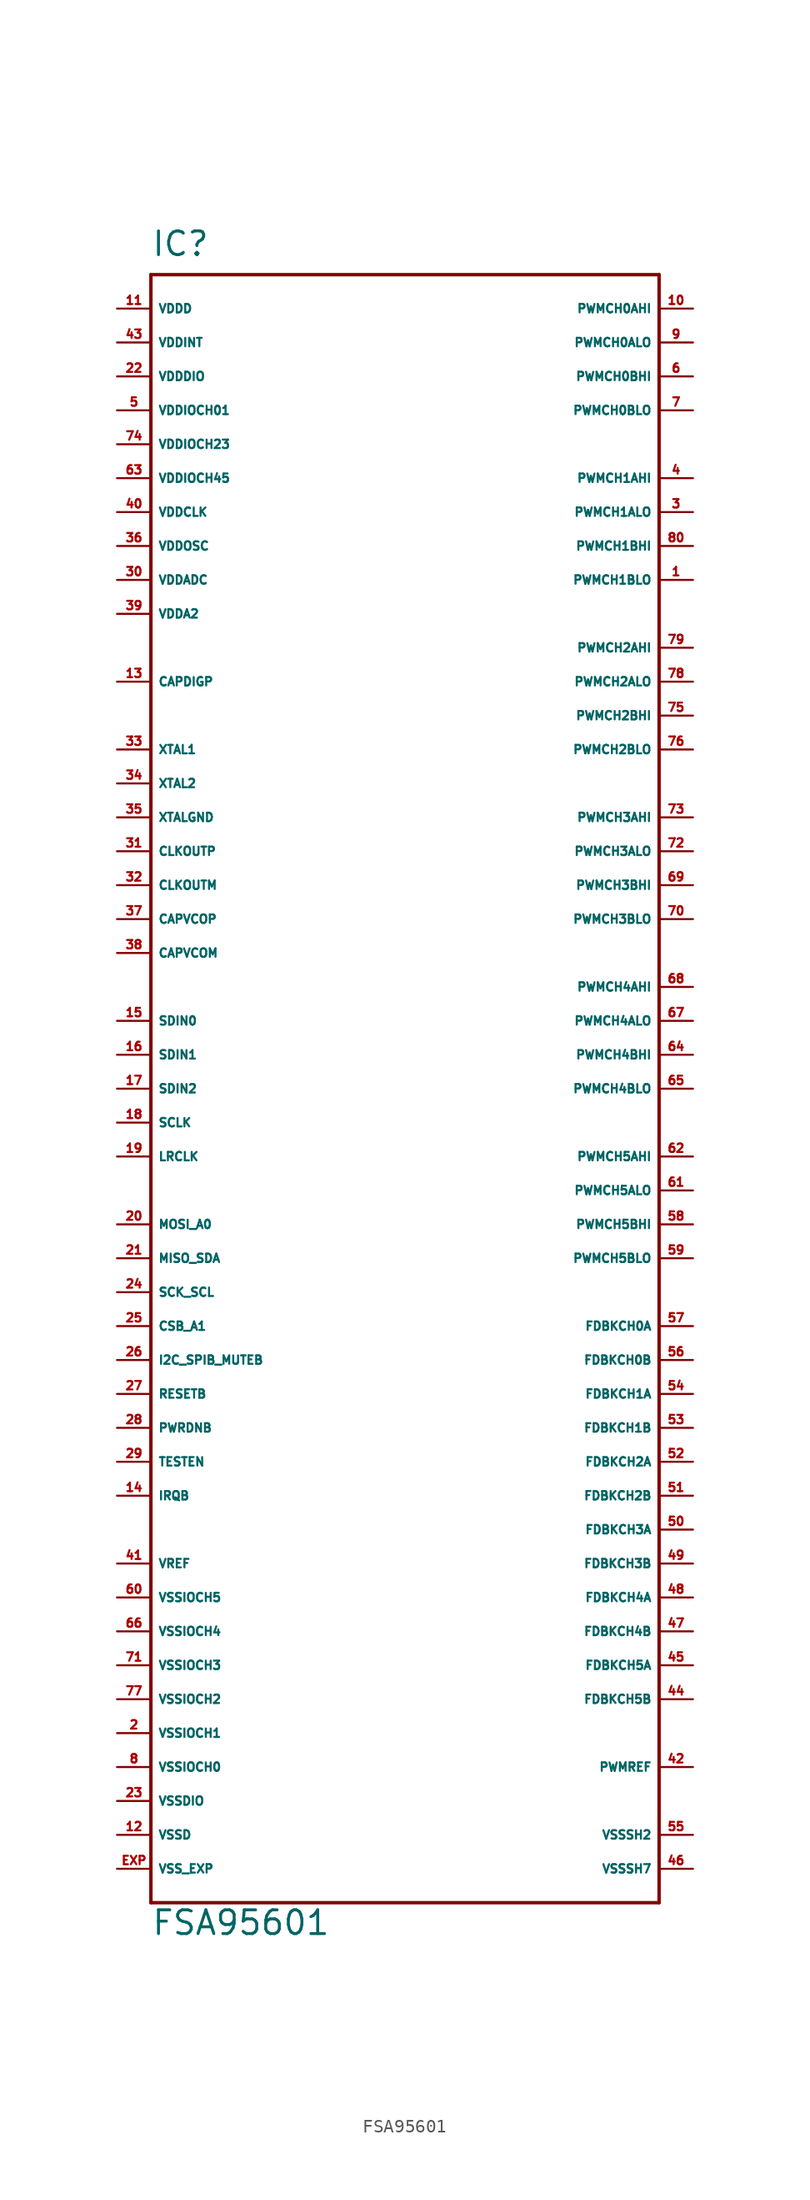
<source format=kicad_sym>
(kicad_symbol_lib
  (version 20220914)
  (generator Eagle2Kicad)
  (symbol "FSA95601"
    (property "Reference" "IC"
      (at -17.78 57.15 0)
      (effects (font (size 1.778 1.778) (thickness 0.22)) (justify left bottom)))
    (property "Value" "FSA95601"
      (at -17.78 -68.58 0)
      (effects (font (size 1.778 1.778) (thickness 0.22)) (justify left bottom)))
    (polyline
      (pts (xy -17.78 55.88) (xy 20.32 55.88))
      (stroke (width 0.254) (type default))
      (fill (type none)))
    (polyline
      (pts (xy 20.32 55.88) (xy 20.32 -66.04))
      (stroke (width 0.254) (type default))
      (fill (type none)))
    (polyline
      (pts (xy 20.32 -66.04) (xy -17.78 -66.04))
      (stroke (width 0.254) (type default))
      (fill (type none)))
    (polyline
      (pts (xy -17.78 -66.04) (xy -17.78 55.88))
      (stroke (width 0.254) (type default))
      (fill (type none)))
    (pin output line
      (at 22.86 33.02 180)
      (length 2.54)
      (name "PWMCH1BLO" (effects (font (size 0.635 0.635) (thickness 0.08)) (justify left bottom)))
      (number "1" (effects (font (size 0.635 0.635) (thickness 0.08)) (justify left bottom))))
    (pin input line
      (at -20.32 -53.34 0)
      (length 2.54)
      (name "VSSIOCH1" (effects (font (size 0.635 0.635) (thickness 0.08)) (justify left bottom)))
      (number "2" (effects (font (size 0.635 0.635) (thickness 0.08)) (justify left bottom))))
    (pin output line
      (at 22.86 38.1 180)
      (length 2.54)
      (name "PWMCH1ALO" (effects (font (size 0.635 0.635) (thickness 0.08)) (justify left bottom)))
      (number "3" (effects (font (size 0.635 0.635) (thickness 0.08)) (justify left bottom))))
    (pin output line
      (at 22.86 40.64 180)
      (length 2.54)
      (name "PWMCH1AHI" (effects (font (size 0.635 0.635) (thickness 0.08)) (justify left bottom)))
      (number "4" (effects (font (size 0.635 0.635) (thickness 0.08)) (justify left bottom))))
    (pin input line
      (at -20.32 45.72 0)
      (length 2.54)
      (name "VDDIOCH01" (effects (font (size 0.635 0.635) (thickness 0.08)) (justify left bottom)))
      (number "5" (effects (font (size 0.635 0.635) (thickness 0.08)) (justify left bottom))))
    (pin output line
      (at 22.86 48.26 180)
      (length 2.54)
      (name "PWMCH0BHI" (effects (font (size 0.635 0.635) (thickness 0.08)) (justify left bottom)))
      (number "6" (effects (font (size 0.635 0.635) (thickness 0.08)) (justify left bottom))))
    (pin output line
      (at 22.86 45.72 180)
      (length 2.54)
      (name "PWMCH0BLO" (effects (font (size 0.635 0.635) (thickness 0.08)) (justify left bottom)))
      (number "7" (effects (font (size 0.635 0.635) (thickness 0.08)) (justify left bottom))))
    (pin input line
      (at -20.32 -55.88 0)
      (length 2.54)
      (name "VSSIOCH0" (effects (font (size 0.635 0.635) (thickness 0.08)) (justify left bottom)))
      (number "8" (effects (font (size 0.635 0.635) (thickness 0.08)) (justify left bottom))))
    (pin output line
      (at 22.86 50.8 180)
      (length 2.54)
      (name "PWMCH0ALO" (effects (font (size 0.635 0.635) (thickness 0.08)) (justify left bottom)))
      (number "9" (effects (font (size 0.635 0.635) (thickness 0.08)) (justify left bottom))))
    (pin output line
      (at 22.86 53.34 180)
      (length 2.54)
      (name "PWMCH0AHI" (effects (font (size 0.635 0.635) (thickness 0.08)) (justify left bottom)))
      (number "10" (effects (font (size 0.635 0.635) (thickness 0.08)) (justify left bottom))))
    (pin input line
      (at -20.32 53.34 0)
      (length 2.54)
      (name "VDDD" (effects (font (size 0.635 0.635) (thickness 0.08)) (justify left bottom)))
      (number "11" (effects (font (size 0.635 0.635) (thickness 0.08)) (justify left bottom))))
    (pin input line
      (at -20.32 -60.96 0)
      (length 2.54)
      (name "VSSD" (effects (font (size 0.635 0.635) (thickness 0.08)) (justify left bottom)))
      (number "12" (effects (font (size 0.635 0.635) (thickness 0.08)) (justify left bottom))))
    (pin output line
      (at -20.32 25.4 0)
      (length 2.54)
      (name "CAPDIGP" (effects (font (size 0.635 0.635) (thickness 0.08)) (justify left bottom)))
      (number "13" (effects (font (size 0.635 0.635) (thickness 0.08)) (justify left bottom))))
    (pin output line
      (at -20.32 -35.56 0)
      (length 2.54)
      (name "IRQB" (effects (font (size 0.635 0.635) (thickness 0.08)) (justify left bottom)))
      (number "14" (effects (font (size 0.635 0.635) (thickness 0.08)) (justify left bottom))))
    (pin input line
      (at -20.32 0 0)
      (length 2.54)
      (name "SDIN0" (effects (font (size 0.635 0.635) (thickness 0.08)) (justify left bottom)))
      (number "15" (effects (font (size 0.635 0.635) (thickness 0.08)) (justify left bottom))))
    (pin input line
      (at -20.32 -2.54 0)
      (length 2.54)
      (name "SDIN1" (effects (font (size 0.635 0.635) (thickness 0.08)) (justify left bottom)))
      (number "16" (effects (font (size 0.635 0.635) (thickness 0.08)) (justify left bottom))))
    (pin bidirectional line
      (at -20.32 -5.08 0)
      (length 2.54)
      (name "SDIN2" (effects (font (size 0.635 0.635) (thickness 0.08)) (justify left bottom)))
      (number "17" (effects (font (size 0.635 0.635) (thickness 0.08)) (justify left bottom))))
    (pin input line
      (at -20.32 -7.62 0)
      (length 2.54)
      (name "SCLK" (effects (font (size 0.635 0.635) (thickness 0.08)) (justify left bottom)))
      (number "18" (effects (font (size 0.635 0.635) (thickness 0.08)) (justify left bottom))))
    (pin input line
      (at -20.32 -10.16 0)
      (length 2.54)
      (name "LRCLK" (effects (font (size 0.635 0.635) (thickness 0.08)) (justify left bottom)))
      (number "19" (effects (font (size 0.635 0.635) (thickness 0.08)) (justify left bottom))))
    (pin input line
      (at -20.32 -15.24 0)
      (length 2.54)
      (name "MOSI_A0" (effects (font (size 0.635 0.635) (thickness 0.08)) (justify left bottom)))
      (number "20" (effects (font (size 0.635 0.635) (thickness 0.08)) (justify left bottom))))
    (pin bidirectional line
      (at -20.32 -17.78 0)
      (length 2.54)
      (name "MISO_SDA" (effects (font (size 0.635 0.635) (thickness 0.08)) (justify left bottom)))
      (number "21" (effects (font (size 0.635 0.635) (thickness 0.08)) (justify left bottom))))
    (pin input line
      (at -20.32 48.26 0)
      (length 2.54)
      (name "VDDDIO" (effects (font (size 0.635 0.635) (thickness 0.08)) (justify left bottom)))
      (number "22" (effects (font (size 0.635 0.635) (thickness 0.08)) (justify left bottom))))
    (pin input line
      (at -20.32 -58.42 0)
      (length 2.54)
      (name "VSSDIO" (effects (font (size 0.635 0.635) (thickness 0.08)) (justify left bottom)))
      (number "23" (effects (font (size 0.635 0.635) (thickness 0.08)) (justify left bottom))))
    (pin input line
      (at -20.32 -20.32 0)
      (length 2.54)
      (name "SCK_SCL" (effects (font (size 0.635 0.635) (thickness 0.08)) (justify left bottom)))
      (number "24" (effects (font (size 0.635 0.635) (thickness 0.08)) (justify left bottom))))
    (pin input line
      (at -20.32 -22.86 0)
      (length 2.54)
      (name "CSB_A1" (effects (font (size 0.635 0.635) (thickness 0.08)) (justify left bottom)))
      (number "25" (effects (font (size 0.635 0.635) (thickness 0.08)) (justify left bottom))))
    (pin input line
      (at -20.32 -25.4 0)
      (length 2.54)
      (name "I2C_SPIB_MUTEB" (effects (font (size 0.635 0.635) (thickness 0.08)) (justify left bottom)))
      (number "26" (effects (font (size 0.635 0.635) (thickness 0.08)) (justify left bottom))))
    (pin input line
      (at -20.32 -27.94 0)
      (length 2.54)
      (name "RESETB" (effects (font (size 0.635 0.635) (thickness 0.08)) (justify left bottom)))
      (number "27" (effects (font (size 0.635 0.635) (thickness 0.08)) (justify left bottom))))
    (pin input line
      (at -20.32 -30.48 0)
      (length 2.54)
      (name "PWRDNB" (effects (font (size 0.635 0.635) (thickness 0.08)) (justify left bottom)))
      (number "28" (effects (font (size 0.635 0.635) (thickness 0.08)) (justify left bottom))))
    (pin input line
      (at -20.32 -33.02 0)
      (length 2.54)
      (name "TESTEN" (effects (font (size 0.635 0.635) (thickness 0.08)) (justify left bottom)))
      (number "29" (effects (font (size 0.635 0.635) (thickness 0.08)) (justify left bottom))))
    (pin input line
      (at -20.32 33.02 0)
      (length 2.54)
      (name "VDDADC" (effects (font (size 0.635 0.635) (thickness 0.08)) (justify left bottom)))
      (number "30" (effects (font (size 0.635 0.635) (thickness 0.08)) (justify left bottom))))
    (pin output line
      (at -20.32 12.7 0)
      (length 2.54)
      (name "CLKOUTP" (effects (font (size 0.635 0.635) (thickness 0.08)) (justify left bottom)))
      (number "31" (effects (font (size 0.635 0.635) (thickness 0.08)) (justify left bottom))))
    (pin output line
      (at -20.32 10.16 0)
      (length 2.54)
      (name "CLKOUTM" (effects (font (size 0.635 0.635) (thickness 0.08)) (justify left bottom)))
      (number "32" (effects (font (size 0.635 0.635) (thickness 0.08)) (justify left bottom))))
    (pin input line
      (at -20.32 20.32 0)
      (length 2.54)
      (name "XTAL1" (effects (font (size 0.635 0.635) (thickness 0.08)) (justify left bottom)))
      (number "33" (effects (font (size 0.635 0.635) (thickness 0.08)) (justify left bottom))))
    (pin input line
      (at -20.32 17.78 0)
      (length 2.54)
      (name "XTAL2" (effects (font (size 0.635 0.635) (thickness 0.08)) (justify left bottom)))
      (number "34" (effects (font (size 0.635 0.635) (thickness 0.08)) (justify left bottom))))
    (pin input line
      (at -20.32 15.24 0)
      (length 2.54)
      (name "XTALGND" (effects (font (size 0.635 0.635) (thickness 0.08)) (justify left bottom)))
      (number "35" (effects (font (size 0.635 0.635) (thickness 0.08)) (justify left bottom))))
    (pin input line
      (at -20.32 35.56 0)
      (length 2.54)
      (name "VDDOSC" (effects (font (size 0.635 0.635) (thickness 0.08)) (justify left bottom)))
      (number "36" (effects (font (size 0.635 0.635) (thickness 0.08)) (justify left bottom))))
    (pin output line
      (at -20.32 7.62 0)
      (length 2.54)
      (name "CAPVCOP" (effects (font (size 0.635 0.635) (thickness 0.08)) (justify left bottom)))
      (number "37" (effects (font (size 0.635 0.635) (thickness 0.08)) (justify left bottom))))
    (pin input line
      (at -20.32 5.08 0)
      (length 2.54)
      (name "CAPVCOM" (effects (font (size 0.635 0.635) (thickness 0.08)) (justify left bottom)))
      (number "38" (effects (font (size 0.635 0.635) (thickness 0.08)) (justify left bottom))))
    (pin input line
      (at -20.32 30.48 0)
      (length 2.54)
      (name "VDDA2" (effects (font (size 0.635 0.635) (thickness 0.08)) (justify left bottom)))
      (number "39" (effects (font (size 0.635 0.635) (thickness 0.08)) (justify left bottom))))
    (pin input line
      (at -20.32 38.1 0)
      (length 2.54)
      (name "VDDCLK" (effects (font (size 0.635 0.635) (thickness 0.08)) (justify left bottom)))
      (number "40" (effects (font (size 0.635 0.635) (thickness 0.08)) (justify left bottom))))
    (pin output line
      (at -20.32 -40.64 0)
      (length 2.54)
      (name "VREF" (effects (font (size 0.635 0.635) (thickness 0.08)) (justify left bottom)))
      (number "41" (effects (font (size 0.635 0.635) (thickness 0.08)) (justify left bottom))))
    (pin input line
      (at 22.86 -55.88 180)
      (length 2.54)
      (name "PWMREF" (effects (font (size 0.635 0.635) (thickness 0.08)) (justify left bottom)))
      (number "42" (effects (font (size 0.635 0.635) (thickness 0.08)) (justify left bottom))))
    (pin input line
      (at -20.32 50.8 0)
      (length 2.54)
      (name "VDDINT" (effects (font (size 0.635 0.635) (thickness 0.08)) (justify left bottom)))
      (number "43" (effects (font (size 0.635 0.635) (thickness 0.08)) (justify left bottom))))
    (pin input line
      (at 22.86 -50.8 180)
      (length 2.54)
      (name "FDBKCH5B" (effects (font (size 0.635 0.635) (thickness 0.08)) (justify left bottom)))
      (number "44" (effects (font (size 0.635 0.635) (thickness 0.08)) (justify left bottom))))
    (pin input line
      (at 22.86 -48.26 180)
      (length 2.54)
      (name "FDBKCH5A" (effects (font (size 0.635 0.635) (thickness 0.08)) (justify left bottom)))
      (number "45" (effects (font (size 0.635 0.635) (thickness 0.08)) (justify left bottom))))
    (pin input line
      (at 22.86 -63.5 180)
      (length 2.54)
      (name "VSSSH7" (effects (font (size 0.635 0.635) (thickness 0.08)) (justify left bottom)))
      (number "46" (effects (font (size 0.635 0.635) (thickness 0.08)) (justify left bottom))))
    (pin input line
      (at 22.86 -45.72 180)
      (length 2.54)
      (name "FDBKCH4B" (effects (font (size 0.635 0.635) (thickness 0.08)) (justify left bottom)))
      (number "47" (effects (font (size 0.635 0.635) (thickness 0.08)) (justify left bottom))))
    (pin input line
      (at 22.86 -43.18 180)
      (length 2.54)
      (name "FDBKCH4A" (effects (font (size 0.635 0.635) (thickness 0.08)) (justify left bottom)))
      (number "48" (effects (font (size 0.635 0.635) (thickness 0.08)) (justify left bottom))))
    (pin input line
      (at 22.86 -40.64 180)
      (length 2.54)
      (name "FDBKCH3B" (effects (font (size 0.635 0.635) (thickness 0.08)) (justify left bottom)))
      (number "49" (effects (font (size 0.635 0.635) (thickness 0.08)) (justify left bottom))))
    (pin input line
      (at 22.86 -38.1 180)
      (length 2.54)
      (name "FDBKCH3A" (effects (font (size 0.635 0.635) (thickness 0.08)) (justify left bottom)))
      (number "50" (effects (font (size 0.635 0.635) (thickness 0.08)) (justify left bottom))))
    (pin input line
      (at 22.86 -35.56 180)
      (length 2.54)
      (name "FDBKCH2B" (effects (font (size 0.635 0.635) (thickness 0.08)) (justify left bottom)))
      (number "51" (effects (font (size 0.635 0.635) (thickness 0.08)) (justify left bottom))))
    (pin input line
      (at 22.86 -33.02 180)
      (length 2.54)
      (name "FDBKCH2A" (effects (font (size 0.635 0.635) (thickness 0.08)) (justify left bottom)))
      (number "52" (effects (font (size 0.635 0.635) (thickness 0.08)) (justify left bottom))))
    (pin input line
      (at 22.86 -30.48 180)
      (length 2.54)
      (name "FDBKCH1B" (effects (font (size 0.635 0.635) (thickness 0.08)) (justify left bottom)))
      (number "53" (effects (font (size 0.635 0.635) (thickness 0.08)) (justify left bottom))))
    (pin input line
      (at 22.86 -27.94 180)
      (length 2.54)
      (name "FDBKCH1A" (effects (font (size 0.635 0.635) (thickness 0.08)) (justify left bottom)))
      (number "54" (effects (font (size 0.635 0.635) (thickness 0.08)) (justify left bottom))))
    (pin input line
      (at 22.86 -60.96 180)
      (length 2.54)
      (name "VSSSH2" (effects (font (size 0.635 0.635) (thickness 0.08)) (justify left bottom)))
      (number "55" (effects (font (size 0.635 0.635) (thickness 0.08)) (justify left bottom))))
    (pin input line
      (at 22.86 -25.4 180)
      (length 2.54)
      (name "FDBKCH0B" (effects (font (size 0.635 0.635) (thickness 0.08)) (justify left bottom)))
      (number "56" (effects (font (size 0.635 0.635) (thickness 0.08)) (justify left bottom))))
    (pin input line
      (at 22.86 -22.86 180)
      (length 2.54)
      (name "FDBKCH0A" (effects (font (size 0.635 0.635) (thickness 0.08)) (justify left bottom)))
      (number "57" (effects (font (size 0.635 0.635) (thickness 0.08)) (justify left bottom))))
    (pin output line
      (at 22.86 -15.24 180)
      (length 2.54)
      (name "PWMCH5BHI" (effects (font (size 0.635 0.635) (thickness 0.08)) (justify left bottom)))
      (number "58" (effects (font (size 0.635 0.635) (thickness 0.08)) (justify left bottom))))
    (pin output line
      (at 22.86 -17.78 180)
      (length 2.54)
      (name "PWMCH5BLO" (effects (font (size 0.635 0.635) (thickness 0.08)) (justify left bottom)))
      (number "59" (effects (font (size 0.635 0.635) (thickness 0.08)) (justify left bottom))))
    (pin input line
      (at -20.32 -43.18 0)
      (length 2.54)
      (name "VSSIOCH5" (effects (font (size 0.635 0.635) (thickness 0.08)) (justify left bottom)))
      (number "60" (effects (font (size 0.635 0.635) (thickness 0.08)) (justify left bottom))))
    (pin output line
      (at 22.86 -12.7 180)
      (length 2.54)
      (name "PWMCH5ALO" (effects (font (size 0.635 0.635) (thickness 0.08)) (justify left bottom)))
      (number "61" (effects (font (size 0.635 0.635) (thickness 0.08)) (justify left bottom))))
    (pin output line
      (at 22.86 -10.16 180)
      (length 2.54)
      (name "PWMCH5AHI" (effects (font (size 0.635 0.635) (thickness 0.08)) (justify left bottom)))
      (number "62" (effects (font (size 0.635 0.635) (thickness 0.08)) (justify left bottom))))
    (pin input line
      (at -20.32 40.64 0)
      (length 2.54)
      (name "VDDIOCH45" (effects (font (size 0.635 0.635) (thickness 0.08)) (justify left bottom)))
      (number "63" (effects (font (size 0.635 0.635) (thickness 0.08)) (justify left bottom))))
    (pin output line
      (at 22.86 -2.54 180)
      (length 2.54)
      (name "PWMCH4BHI" (effects (font (size 0.635 0.635) (thickness 0.08)) (justify left bottom)))
      (number "64" (effects (font (size 0.635 0.635) (thickness 0.08)) (justify left bottom))))
    (pin output line
      (at 22.86 -5.08 180)
      (length 2.54)
      (name "PWMCH4BLO" (effects (font (size 0.635 0.635) (thickness 0.08)) (justify left bottom)))
      (number "65" (effects (font (size 0.635 0.635) (thickness 0.08)) (justify left bottom))))
    (pin input line
      (at -20.32 -45.72 0)
      (length 2.54)
      (name "VSSIOCH4" (effects (font (size 0.635 0.635) (thickness 0.08)) (justify left bottom)))
      (number "66" (effects (font (size 0.635 0.635) (thickness 0.08)) (justify left bottom))))
    (pin output line
      (at 22.86 0 180)
      (length 2.54)
      (name "PWMCH4ALO" (effects (font (size 0.635 0.635) (thickness 0.08)) (justify left bottom)))
      (number "67" (effects (font (size 0.635 0.635) (thickness 0.08)) (justify left bottom))))
    (pin output line
      (at 22.86 2.54 180)
      (length 2.54)
      (name "PWMCH4AHI" (effects (font (size 0.635 0.635) (thickness 0.08)) (justify left bottom)))
      (number "68" (effects (font (size 0.635 0.635) (thickness 0.08)) (justify left bottom))))
    (pin output line
      (at 22.86 10.16 180)
      (length 2.54)
      (name "PWMCH3BHI" (effects (font (size 0.635 0.635) (thickness 0.08)) (justify left bottom)))
      (number "69" (effects (font (size 0.635 0.635) (thickness 0.08)) (justify left bottom))))
    (pin output line
      (at 22.86 7.62 180)
      (length 2.54)
      (name "PWMCH3BLO" (effects (font (size 0.635 0.635) (thickness 0.08)) (justify left bottom)))
      (number "70" (effects (font (size 0.635 0.635) (thickness 0.08)) (justify left bottom))))
    (pin input line
      (at -20.32 -48.26 0)
      (length 2.54)
      (name "VSSIOCH3" (effects (font (size 0.635 0.635) (thickness 0.08)) (justify left bottom)))
      (number "71" (effects (font (size 0.635 0.635) (thickness 0.08)) (justify left bottom))))
    (pin output line
      (at 22.86 12.7 180)
      (length 2.54)
      (name "PWMCH3ALO" (effects (font (size 0.635 0.635) (thickness 0.08)) (justify left bottom)))
      (number "72" (effects (font (size 0.635 0.635) (thickness 0.08)) (justify left bottom))))
    (pin output line
      (at 22.86 15.24 180)
      (length 2.54)
      (name "PWMCH3AHI" (effects (font (size 0.635 0.635) (thickness 0.08)) (justify left bottom)))
      (number "73" (effects (font (size 0.635 0.635) (thickness 0.08)) (justify left bottom))))
    (pin input line
      (at -20.32 43.18 0)
      (length 2.54)
      (name "VDDIOCH23" (effects (font (size 0.635 0.635) (thickness 0.08)) (justify left bottom)))
      (number "74" (effects (font (size 0.635 0.635) (thickness 0.08)) (justify left bottom))))
    (pin output line
      (at 22.86 22.86 180)
      (length 2.54)
      (name "PWMCH2BHI" (effects (font (size 0.635 0.635) (thickness 0.08)) (justify left bottom)))
      (number "75" (effects (font (size 0.635 0.635) (thickness 0.08)) (justify left bottom))))
    (pin output line
      (at 22.86 20.32 180)
      (length 2.54)
      (name "PWMCH2BLO" (effects (font (size 0.635 0.635) (thickness 0.08)) (justify left bottom)))
      (number "76" (effects (font (size 0.635 0.635) (thickness 0.08)) (justify left bottom))))
    (pin input line
      (at -20.32 -50.8 0)
      (length 2.54)
      (name "VSSIOCH2" (effects (font (size 0.635 0.635) (thickness 0.08)) (justify left bottom)))
      (number "77" (effects (font (size 0.635 0.635) (thickness 0.08)) (justify left bottom))))
    (pin output line
      (at 22.86 25.4 180)
      (length 2.54)
      (name "PWMCH2ALO" (effects (font (size 0.635 0.635) (thickness 0.08)) (justify left bottom)))
      (number "78" (effects (font (size 0.635 0.635) (thickness 0.08)) (justify left bottom))))
    (pin output line
      (at 22.86 27.94 180)
      (length 2.54)
      (name "PWMCH2AHI" (effects (font (size 0.635 0.635) (thickness 0.08)) (justify left bottom)))
      (number "79" (effects (font (size 0.635 0.635) (thickness 0.08)) (justify left bottom))))
    (pin output line
      (at 22.86 35.56 180)
      (length 2.54)
      (name "PWMCH1BHI" (effects (font (size 0.635 0.635) (thickness 0.08)) (justify left bottom)))
      (number "80" (effects (font (size 0.635 0.635) (thickness 0.08)) (justify left bottom))))
    (pin input line
      (at -20.32 -63.5 0)
      (length 2.54)
      (name "VSS_EXP" (effects (font (size 0.635 0.635) (thickness 0.08)) (justify left bottom)))
      (number "EXP" (effects (font (size 0.635 0.635) (thickness 0.08)) (justify left bottom))))))
</source>
